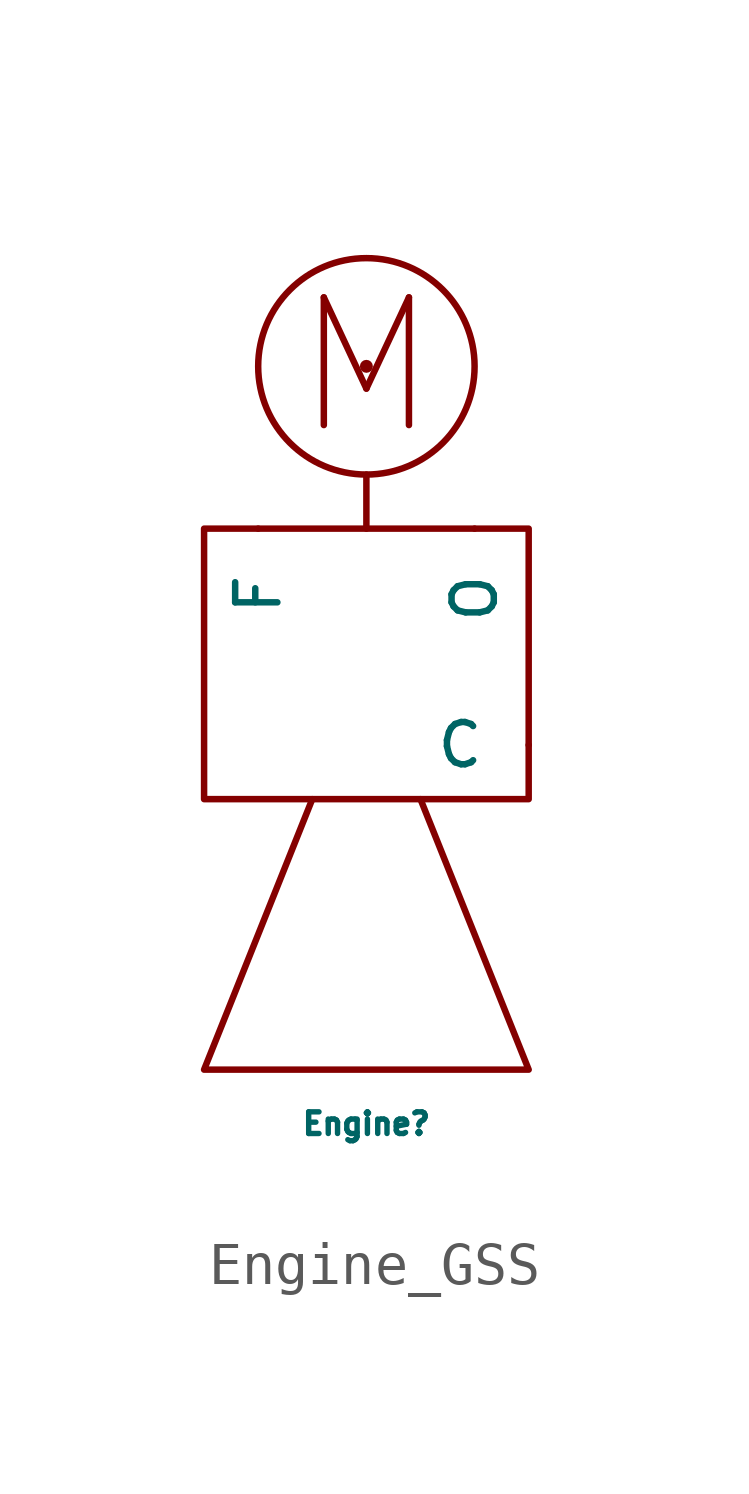
<source format=kicad_sym>
(kicad_symbol_lib
  (version 20211014)
  (generator kicad_symbol_editor)
  (symbol "Engine_GSS"
    (pin_numbers hide)
    (pin_names
      (offset 1.016))
    (property "Reference" "Engine"
      (at 0 -11.43 0)
      (effects (font (size 0.508 0.508))))
    (symbol "Engine_GSS_0_0"
      (rectangle (start -3.81 2.54) (end 3.81 -3.81) (stroke (width 0) (type default) (color 0 0 0 0)) (fill (type none)))
      (polyline (pts (xy 0 3.81) (xy 0 2.54)) (stroke (width 0) (type default) (color 0 0 0 0)) (fill (type none)))
      (polyline (pts (xy -1.27 -3.81) (xy -3.81 -10.16) (xy 3.81 -10.16) (xy 1.27 -3.81)) (stroke (width 0) (type default) (color 0 0 0 0)) (fill (type none)))
      (text "M" (at 0 6.35 0) (effects (font (size 2.997 2.997)))))
    (symbol "Engine_GSS_0_1"
      (circle (center 0 6.35) (radius 0.0001) (stroke (width 0) (type default) (color 0 0 0 0)) (fill (type none)))
      (circle (center 0 6.35) (radius 2.54) (stroke (width 0) (type default) (color 0 0 0 0)) (fill (type none))))
    (symbol "Engine_GSS_1_1"
      (pin bidirectional line (at 3.81 -2.54 180) (length 0) (name "C" (effects (font (size 0.991 0.991)))) (number "~" (effects (font (size 1.27 1.27)))))
      (pin input line (at -2.54 2.54 270) (length 0) (name "F" (effects (font (size 0.991 0.991)))) (number "~" (effects (font (size 1.27 1.27)))))
      (pin input line (at 2.54 2.54 270) (length 0) (name "O" (effects (font (size 0.991 0.991)))) (number "~" (effects (font (size 1.27 1.27))))))))
</source>
